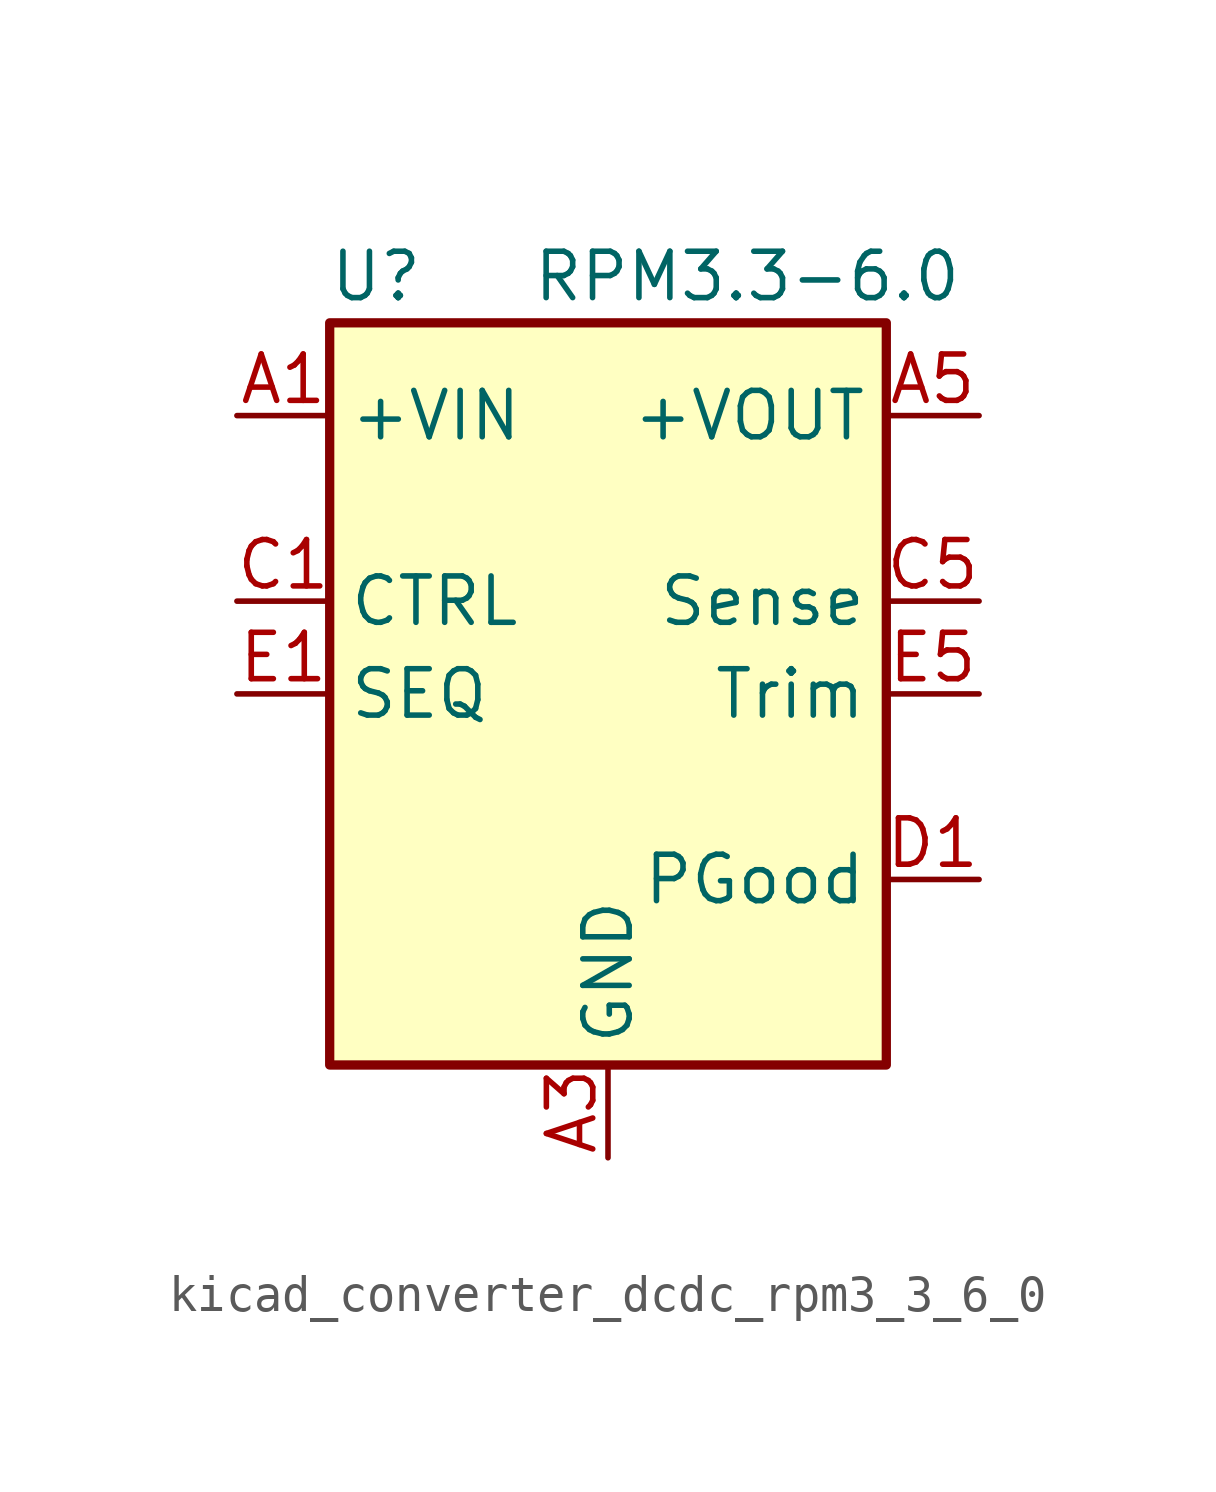
<source format=kicad_sym>
(kicad_symbol_lib
  (version 20220914)
  (generator kicad_symbol_editor)
  (symbol "kicad_converter_dcdc_rpm3_3_6_0"
    (property "Reference" "U"
      (at -6.35 11.43 0)
      (effects (font (size 1.27 1.27))))
    (property "Value" "RPM3.3-6.0"
      (at 3.81 11.43 0)
      (effects (font (size 1.27 1.27))))
    (symbol "kicad_converter_dcdc_rpm3_3_6_0_0_1"
      (rectangle (start -7.62 10.16) (end 7.62 -10.16) (stroke (width 0.254) (type default)) (fill (type background))))
    (symbol "kicad_converter_dcdc_rpm3_3_6_0_1_1"
      (pin power_in line (at -10.16 7.62 0) (length 2.54) (name "+VIN" (effects (font (size 1.27 1.27)))) (number "A1" (effects (font (size 1.27 1.27)))))
      (pin passive line (at -10.16 7.62 0) (length 2.54) hide (name "+VIN" (effects (font (size 1.27 1.27)))) (number "A2" (effects (font (size 1.27 1.27)))))
      (pin power_in line (at 0 -12.7 90) (length 2.54) (name "GND" (effects (font (size 1.27 1.27)))) (number "A3" (effects (font (size 1.27 1.27)))))
      (pin passive line (at 0 -12.7 90) (length 2.54) hide (name "GND" (effects (font (size 1.27 1.27)))) (number "A4" (effects (font (size 1.27 1.27)))))
      (pin power_out line (at 10.16 7.62 180) (length 2.54) (name "+VOUT" (effects (font (size 1.27 1.27)))) (number "A5" (effects (font (size 1.27 1.27)))))
      (pin passive line (at 0 -12.7 90) (length 2.54) hide (name "GND" (effects (font (size 1.27 1.27)))) (number "B1" (effects (font (size 1.27 1.27)))))
      (pin passive line (at 0 -12.7 90) (length 2.54) hide (name "GND" (effects (font (size 1.27 1.27)))) (number "B2" (effects (font (size 1.27 1.27)))))
      (pin passive line (at 0 -12.7 90) (length 2.54) hide (name "GND" (effects (font (size 1.27 1.27)))) (number "B3" (effects (font (size 1.27 1.27)))))
      (pin passive line (at 0 -12.7 90) (length 2.54) hide (name "GND" (effects (font (size 1.27 1.27)))) (number "B4" (effects (font (size 1.27 1.27)))))
      (pin passive line (at 10.16 7.62 180) (length 2.54) hide (name "+VOUT" (effects (font (size 1.27 1.27)))) (number "B5" (effects (font (size 1.27 1.27)))))
      (pin input line (at -10.16 2.54 0) (length 2.54) (name "CTRL" (effects (font (size 1.27 1.27)))) (number "C1" (effects (font (size 1.27 1.27)))))
      (pin passive line (at 0 -12.7 90) (length 2.54) hide (name "GND" (effects (font (size 1.27 1.27)))) (number "C2" (effects (font (size 1.27 1.27)))))
      (pin passive line (at 0 -12.7 90) (length 2.54) hide (name "GND" (effects (font (size 1.27 1.27)))) (number "C3" (effects (font (size 1.27 1.27)))))
      (pin passive line (at 0 -12.7 90) (length 2.54) hide (name "GND" (effects (font (size 1.27 1.27)))) (number "C4" (effects (font (size 1.27 1.27)))))
      (pin input line (at 10.16 2.54 180) (length 2.54) (name "Sense" (effects (font (size 1.27 1.27)))) (number "C5" (effects (font (size 1.27 1.27)))))
      (pin output line (at 10.16 -5.08 180) (length 2.54) (name "PGood" (effects (font (size 1.27 1.27)))) (number "D1" (effects (font (size 1.27 1.27)))))
      (pin passive line (at 0 -12.7 90) (length 2.54) hide (name "GND" (effects (font (size 1.27 1.27)))) (number "D2" (effects (font (size 1.27 1.27)))))
      (pin passive line (at 0 -12.7 90) (length 2.54) hide (name "GND" (effects (font (size 1.27 1.27)))) (number "D3" (effects (font (size 1.27 1.27)))))
      (pin passive line (at 0 -12.7 90) (length 2.54) hide (name "GND" (effects (font (size 1.27 1.27)))) (number "D4" (effects (font (size 1.27 1.27)))))
      (pin passive line (at 0 -12.7 90) (length 2.54) hide (name "GND" (effects (font (size 1.27 1.27)))) (number "D5" (effects (font (size 1.27 1.27)))))
      (pin passive line (at -10.16 0 0) (length 2.54) (name "SEQ" (effects (font (size 1.27 1.27)))) (number "E1" (effects (font (size 1.27 1.27)))))
      (pin no_connect line (at -7.62 -5.08 0) (length 2.54) hide (name "NC" (effects (font (size 1.27 1.27)))) (number "E2" (effects (font (size 1.27 1.27)))))
      (pin passive line (at 0 -12.7 90) (length 2.54) hide (name "GND" (effects (font (size 1.27 1.27)))) (number "E3" (effects (font (size 1.27 1.27)))))
      (pin passive line (at 0 -12.7 90) (length 2.54) hide (name "GND" (effects (font (size 1.27 1.27)))) (number "E4" (effects (font (size 1.27 1.27)))))
      (pin input line (at 10.16 0 180) (length 2.54) (name "Trim" (effects (font (size 1.27 1.27)))) (number "E5" (effects (font (size 1.27 1.27))))))))
</source>
